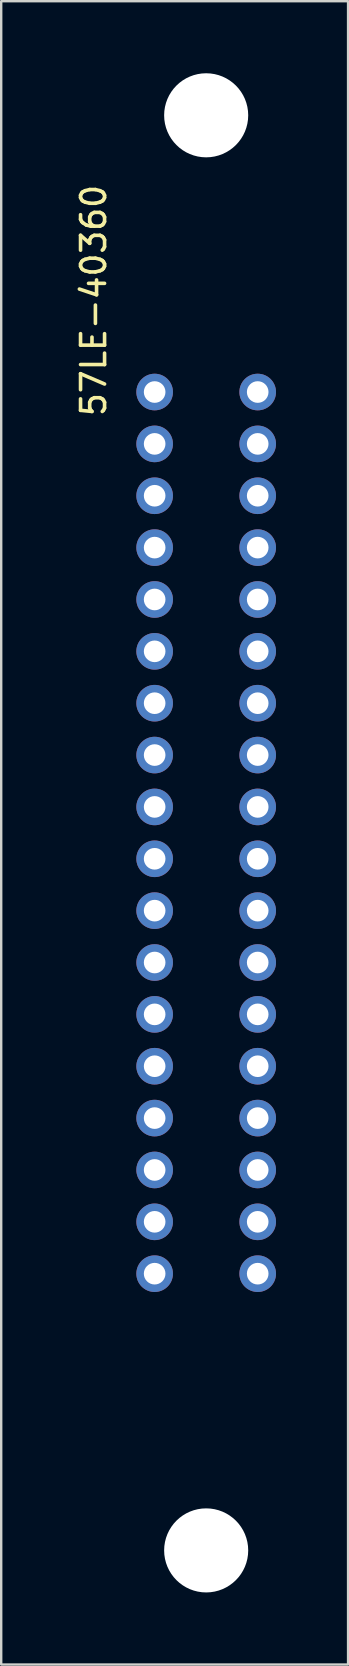
<source format=kicad_pcb>
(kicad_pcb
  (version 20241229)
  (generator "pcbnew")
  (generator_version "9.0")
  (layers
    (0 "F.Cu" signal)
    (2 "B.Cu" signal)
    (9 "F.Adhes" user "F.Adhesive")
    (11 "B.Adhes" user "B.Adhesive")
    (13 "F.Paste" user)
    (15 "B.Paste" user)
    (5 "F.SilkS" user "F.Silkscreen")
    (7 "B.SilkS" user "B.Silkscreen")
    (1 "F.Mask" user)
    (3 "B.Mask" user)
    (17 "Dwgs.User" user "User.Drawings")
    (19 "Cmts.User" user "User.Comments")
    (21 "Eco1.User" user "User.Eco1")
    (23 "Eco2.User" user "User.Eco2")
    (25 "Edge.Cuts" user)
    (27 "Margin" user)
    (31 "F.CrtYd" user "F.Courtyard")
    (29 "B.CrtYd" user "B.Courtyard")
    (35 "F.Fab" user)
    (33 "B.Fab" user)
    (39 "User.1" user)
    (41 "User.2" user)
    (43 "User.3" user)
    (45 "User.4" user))
  (footprint "57LE-40360"
    (layer "F.Cu")
    (at 3.388 13.27)
    (property "Reference" "57LE-40360" (at -2.54 -3.81 90) (layer "F.SilkS") (effects (font (size 1 1) (thickness 0.15))))
    (attr through_hole)
    (pad "" np_thru_hole circle (at 2.145 -11.52) (size 3.5 3.5) (drill 3.5) (layers "*.Cu" "*.Mask"))
    (pad "" np_thru_hole circle (at 2.145 48.223) (size 3.5 3.5) (drill 3.5) (layers "*.Cu" "*.Mask"))
    (pad "1" thru_hole circle (at 0 0) (size 1.524 1.524) (drill 0.9) (layers "*.Cu" "*.Mask"))
    (pad "2" thru_hole circle (at 0 2.159) (size 1.524 1.524) (drill 0.9) (layers "*.Cu" "*.Mask"))
    (pad "3" thru_hole circle (at 0 4.318) (size 1.524 1.524) (drill 0.9) (layers "*.Cu" "*.Mask"))
    (pad "4" thru_hole circle (at 0 6.477) (size 1.524 1.524) (drill 0.9) (layers "*.Cu" "*.Mask"))
    (pad "5" thru_hole circle (at 0 8.636) (size 1.524 1.524) (drill 0.9) (layers "*.Cu" "*.Mask"))
    (pad "6" thru_hole circle (at 0 10.795) (size 1.524 1.524) (drill 0.9) (layers "*.Cu" "*.Mask"))
    (pad "7" thru_hole circle (at 0 12.954) (size 1.524 1.524) (drill 0.9) (layers "*.Cu" "*.Mask"))
    (pad "8" thru_hole circle (at 0 15.113) (size 1.524 1.524) (drill 0.9) (layers "*.Cu" "*.Mask"))
    (pad "9" thru_hole circle (at 0 17.272) (size 1.524 1.524) (drill 0.9) (layers "*.Cu" "*.Mask"))
    (pad "10" thru_hole circle (at 0 19.431) (size 1.524 1.524) (drill 0.9) (layers "*.Cu" "*.Mask"))
    (pad "11" thru_hole circle (at 0 21.59) (size 1.524 1.524) (drill 0.9) (layers "*.Cu" "*.Mask"))
    (pad "12" thru_hole circle (at 0 23.749) (size 1.524 1.524) (drill 0.9) (layers "*.Cu" "*.Mask"))
    (pad "13" thru_hole circle (at 0 25.908) (size 1.524 1.524) (drill 0.9) (layers "*.Cu" "*.Mask"))
    (pad "14" thru_hole circle (at 0 28.067) (size 1.524 1.524) (drill 0.9) (layers "*.Cu" "*.Mask"))
    (pad "15" thru_hole circle (at 0 30.226) (size 1.524 1.524) (drill 0.9) (layers "*.Cu" "*.Mask"))
    (pad "16" thru_hole circle (at 0 32.385) (size 1.524 1.524) (drill 0.9) (layers "*.Cu" "*.Mask"))
    (pad "17" thru_hole circle (at 0 34.544) (size 1.524 1.524) (drill 0.9) (layers "*.Cu" "*.Mask"))
    (pad "18" thru_hole circle (at 0 36.703) (size 1.524 1.524) (drill 0.9) (layers "*.Cu" "*.Mask"))
    (pad "19" thru_hole circle (at 4.29 0) (size 1.524 1.524) (drill 0.9) (layers "*.Cu" "*.Mask"))
    (pad "20" thru_hole circle (at 4.29 2.159) (size 1.524 1.524) (drill 0.9) (layers "*.Cu" "*.Mask"))
    (pad "21" thru_hole circle (at 4.29 4.318) (size 1.524 1.524) (drill 0.9) (layers "*.Cu" "*.Mask"))
    (pad "22" thru_hole circle (at 4.29 6.477) (size 1.524 1.524) (drill 0.9) (layers "*.Cu" "*.Mask"))
    (pad "23" thru_hole circle (at 4.29 8.636) (size 1.524 1.524) (drill 0.9) (layers "*.Cu" "*.Mask"))
    (pad "24" thru_hole circle (at 4.29 10.795) (size 1.524 1.524) (drill 0.9) (layers "*.Cu" "*.Mask"))
    (pad "25" thru_hole circle (at 4.29 12.954) (size 1.524 1.524) (drill 0.9) (layers "*.Cu" "*.Mask"))
    (pad "26" thru_hole circle (at 4.29 15.113) (size 1.524 1.524) (drill 0.9) (layers "*.Cu" "*.Mask"))
    (pad "27" thru_hole circle (at 4.29 17.272) (size 1.524 1.524) (drill 0.9) (layers "*.Cu" "*.Mask"))
    (pad "28" thru_hole circle (at 4.29 19.431) (size 1.524 1.524) (drill 0.9) (layers "*.Cu" "*.Mask"))
    (pad "29" thru_hole circle (at 4.29 21.59) (size 1.524 1.524) (drill 0.9) (layers "*.Cu" "*.Mask"))
    (pad "30" thru_hole circle (at 4.29 23.749) (size 1.524 1.524) (drill 0.9) (layers "*.Cu" "*.Mask"))
    (pad "31" thru_hole circle (at 4.29 25.908) (size 1.524 1.524) (drill 0.9) (layers "*.Cu" "*.Mask"))
    (pad "32" thru_hole circle (at 4.29 28.067) (size 1.524 1.524) (drill 0.9) (layers "*.Cu" "*.Mask"))
    (pad "33" thru_hole circle (at 4.29 30.226) (size 1.524 1.524) (drill 0.9) (layers "*.Cu" "*.Mask"))
    (pad "34" thru_hole circle (at 4.29 32.385) (size 1.524 1.524) (drill 0.9) (layers "*.Cu" "*.Mask"))
    (pad "35" thru_hole circle (at 4.29 34.544) (size 1.524 1.524) (drill 0.9) (layers "*.Cu" "*.Mask"))
    (pad "36" thru_hole circle (at 4.29 36.703) (size 1.524 1.524) (drill 0.9) (layers "*.Cu" "*.Mask")))
  (gr_rect
    (start -3 -3)
    (end 11.44 66.243)
    (stroke (width 0.1) (type default))
    (fill no)
    (layer "Edge.Cuts")))
</source>
